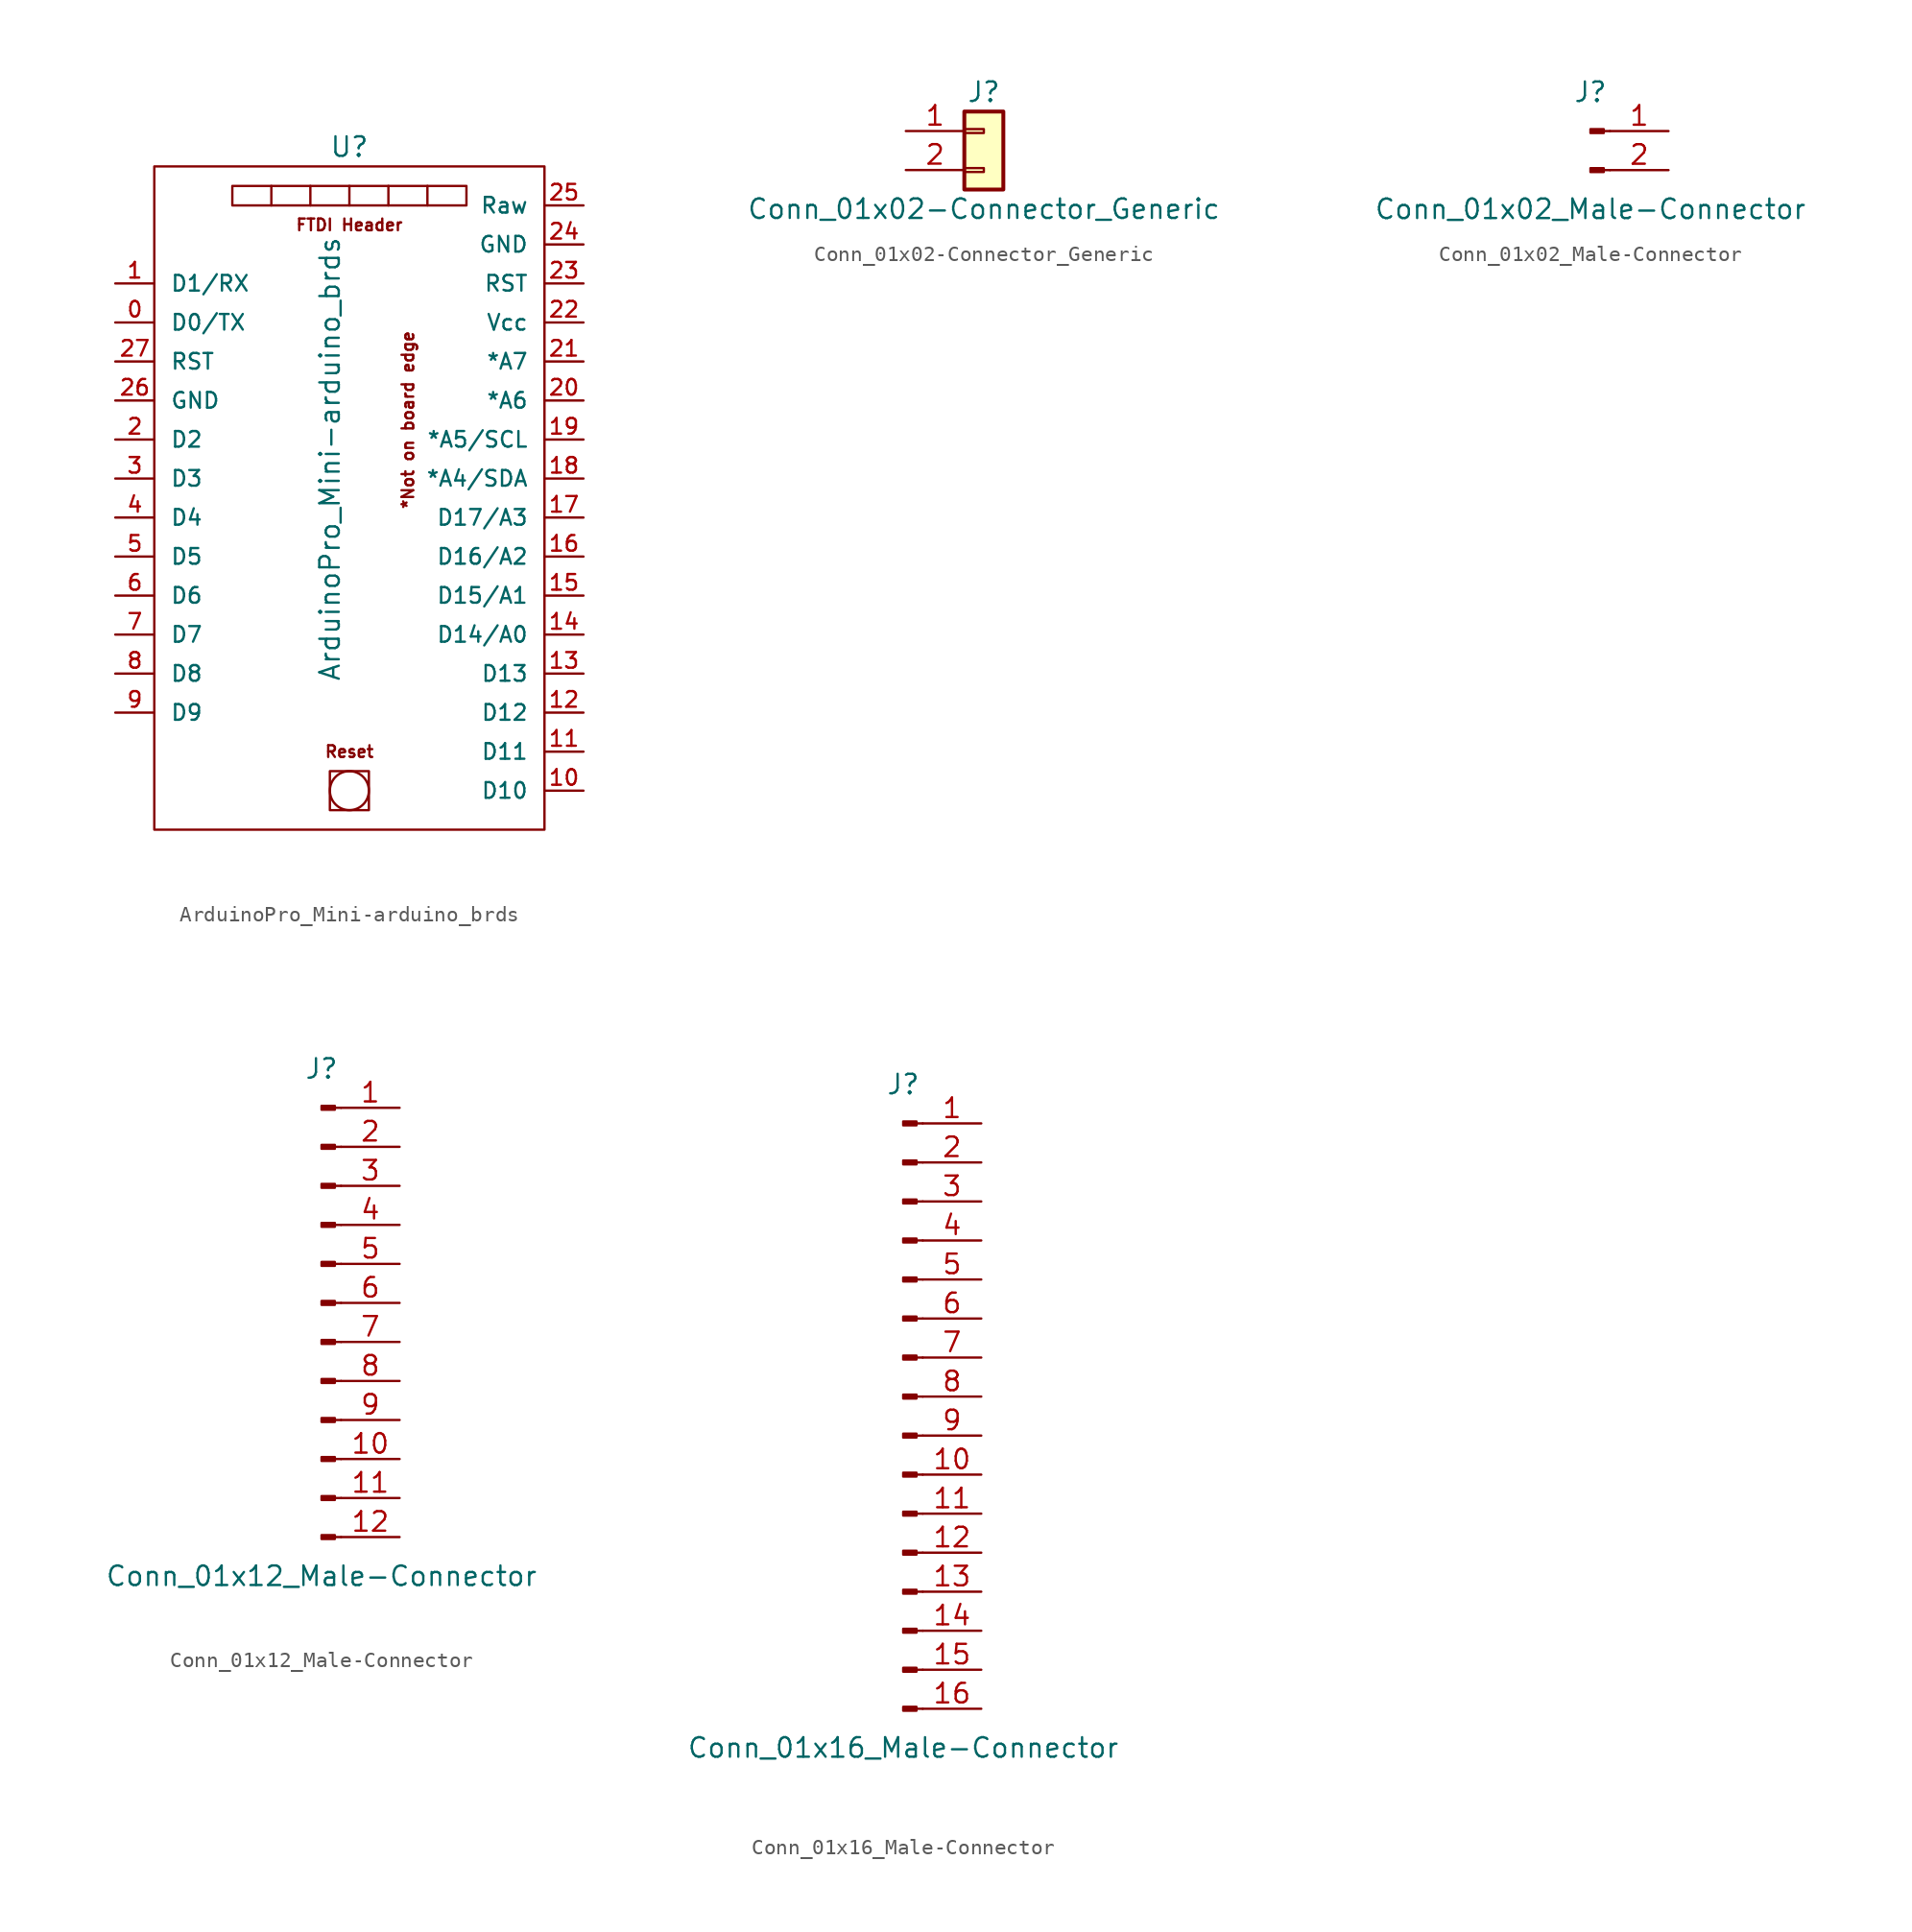
<source format=kicad_sym>
(kicad_symbol_lib
  (version 20211014)
  (generator kicad_symbol_editor)
  (symbol "ArduinoPro_Mini-arduino_brds"
    (pin_names
      (offset 1.016))
    (property "Reference" "U"
      (at 0 15.24 0)
      (effects (font (size 1.27 1.27))))
    (property "Value" "ArduinoPro_Mini-arduino_brds"
      (at -1.27 -5.08 90)
      (effects (font (size 1.27 1.27))))
    (symbol "ArduinoPro_Mini-arduino_brds_0_0"
      (rectangle (start -7.62 12.7) (end 7.62 11.43) (stroke (width 0) (type default) (color 0 0 0 0)) (fill (type none)))
      (rectangle (start -5.08 12.7) (end -5.08 11.43) (stroke (width 0) (type default) (color 0 0 0 0)) (fill (type none)))
      (rectangle (start -2.54 11.43) (end -2.54 12.7) (stroke (width 0) (type default) (color 0 0 0 0)) (fill (type none)))
      (rectangle (start -1.27 -25.4) (end 1.27 -27.94) (stroke (width 0) (type default) (color 0 0 0 0)) (fill (type none)))
      (circle (center 0 -26.67) (radius 1.27) (stroke (width 0) (type default) (color 0 0 0 0)) (fill (type none)))
      (rectangle (start 0 12.7) (end 0 11.43) (stroke (width 0) (type default) (color 0 0 0 0)) (fill (type none)))
      (rectangle (start 2.54 11.43) (end 2.54 12.7) (stroke (width 0) (type default) (color 0 0 0 0)) (fill (type none)))
      (rectangle (start 5.08 12.7) (end 5.08 11.43) (stroke (width 0) (type default) (color 0 0 0 0)) (fill (type none)))
      (text "*Not on board edge" (at 3.81 -2.54 900) (effects (font (size 0.762 0.762))))
      (text "FTDI Header" (at 0 10.16 0) (effects (font (size 0.762 0.762))))
      (text "Reset" (at 0 -24.13 0) (effects (font (size 0.762 0.762)))))
    (symbol "ArduinoPro_Mini-arduino_brds_0_1"
      (rectangle (start -12.7 13.97) (end 12.7 -29.21) (stroke (width 0) (type default) (color 0 0 0 0)) (fill (type none))))
    (symbol "ArduinoPro_Mini-arduino_brds_1_1"
      (pin bidirectional line (at -15.24 3.81 0) (length 2.54) (name "D0/TX" (effects (font (size 1.016 1.016)))) (number "0" (effects (font (size 1.016 1.016)))))
      (pin bidirectional line (at -15.24 6.35 0) (length 2.54) (name "D1/RX" (effects (font (size 1.016 1.016)))) (number "1" (effects (font (size 1.016 1.016)))))
      (pin bidirectional line (at 15.24 -26.67 180) (length 2.54) (name "D10" (effects (font (size 1.016 1.016)))) (number "10" (effects (font (size 1.016 1.016)))))
      (pin bidirectional line (at 15.24 -24.13 180) (length 2.54) (name "D11" (effects (font (size 1.016 1.016)))) (number "11" (effects (font (size 1.016 1.016)))))
      (pin bidirectional line (at 15.24 -21.59 180) (length 2.54) (name "D12" (effects (font (size 1.016 1.016)))) (number "12" (effects (font (size 1.016 1.016)))))
      (pin bidirectional line (at 15.24 -19.05 180) (length 2.54) (name "D13" (effects (font (size 1.016 1.016)))) (number "13" (effects (font (size 1.016 1.016)))))
      (pin bidirectional line (at 15.24 -16.51 180) (length 2.54) (name "D14/A0" (effects (font (size 1.016 1.016)))) (number "14" (effects (font (size 1.016 1.016)))))
      (pin bidirectional line (at 15.24 -13.97 180) (length 2.54) (name "D15/A1" (effects (font (size 1.016 1.016)))) (number "15" (effects (font (size 1.016 1.016)))))
      (pin bidirectional line (at 15.24 -11.43 180) (length 2.54) (name "D16/A2" (effects (font (size 1.016 1.016)))) (number "16" (effects (font (size 1.016 1.016)))))
      (pin bidirectional line (at 15.24 -8.89 180) (length 2.54) (name "D17/A3" (effects (font (size 1.016 1.016)))) (number "17" (effects (font (size 1.016 1.016)))))
      (pin bidirectional line (at 15.24 -6.35 180) (length 2.54) (name "*A4/SDA" (effects (font (size 1.016 1.016)))) (number "18" (effects (font (size 1.016 1.016)))))
      (pin bidirectional line (at 15.24 -3.81 180) (length 2.54) (name "*A5/SCL" (effects (font (size 1.016 1.016)))) (number "19" (effects (font (size 1.016 1.016)))))
      (pin bidirectional line (at -15.24 -3.81 0) (length 2.54) (name "D2" (effects (font (size 1.016 1.016)))) (number "2" (effects (font (size 1.016 1.016)))))
      (pin bidirectional line (at 15.24 -1.27 180) (length 2.54) (name "*A6" (effects (font (size 1.016 1.016)))) (number "20" (effects (font (size 1.016 1.016)))))
      (pin bidirectional line (at 15.24 1.27 180) (length 2.54) (name "*A7" (effects (font (size 1.016 1.016)))) (number "21" (effects (font (size 1.016 1.016)))))
      (pin power_in line (at 15.24 3.81 180) (length 2.54) (name "Vcc" (effects (font (size 1.016 1.016)))) (number "22" (effects (font (size 1.016 1.016)))))
      (pin bidirectional line (at 15.24 6.35 180) (length 2.54) (name "RST" (effects (font (size 1.016 1.016)))) (number "23" (effects (font (size 1.016 1.016)))))
      (pin power_in line (at 15.24 8.89 180) (length 2.54) (name "GND" (effects (font (size 1.016 1.016)))) (number "24" (effects (font (size 1.016 1.016)))))
      (pin power_in line (at 15.24 11.43 180) (length 2.54) (name "Raw" (effects (font (size 1.016 1.016)))) (number "25" (effects (font (size 1.016 1.016)))))
      (pin power_in line (at -15.24 -1.27 0) (length 2.54) (name "GND" (effects (font (size 1.016 1.016)))) (number "26" (effects (font (size 1.016 1.016)))))
      (pin bidirectional line (at -15.24 1.27 0) (length 2.54) (name "RST" (effects (font (size 1.016 1.016)))) (number "27" (effects (font (size 1.016 1.016)))))
      (pin bidirectional line (at -15.24 -6.35 0) (length 2.54) (name "D3" (effects (font (size 1.016 1.016)))) (number "3" (effects (font (size 1.016 1.016)))))
      (pin bidirectional line (at -15.24 -8.89 0) (length 2.54) (name "D4" (effects (font (size 1.016 1.016)))) (number "4" (effects (font (size 1.016 1.016)))))
      (pin bidirectional line (at -15.24 -11.43 0) (length 2.54) (name "D5" (effects (font (size 1.016 1.016)))) (number "5" (effects (font (size 1.016 1.016)))))
      (pin bidirectional line (at -15.24 -13.97 0) (length 2.54) (name "D6" (effects (font (size 1.016 1.016)))) (number "6" (effects (font (size 1.016 1.016)))))
      (pin bidirectional line (at -15.24 -16.51 0) (length 2.54) (name "D7" (effects (font (size 1.016 1.016)))) (number "7" (effects (font (size 1.016 1.016)))))
      (pin bidirectional line (at -15.24 -19.05 0) (length 2.54) (name "D8" (effects (font (size 1.016 1.016)))) (number "8" (effects (font (size 1.016 1.016)))))
      (pin bidirectional line (at -15.24 -21.59 0) (length 2.54) (name "D9" (effects (font (size 1.016 1.016)))) (number "9" (effects (font (size 1.016 1.016)))))))
  (symbol "Conn_01x02-Connector_Generic"
    (pin_names
      (offset 1.016) hide)
    (property "Reference" "J"
      (at 0 2.54 0)
      (effects (font (size 1.27 1.27))))
    (property "Value" "Conn_01x02-Connector_Generic"
      (at 0 -5.08 0)
      (effects (font (size 1.27 1.27))))
    (symbol "Conn_01x02-Connector_Generic_1_1"
      (rectangle (start -1.27 -2.413) (end 0 -2.667) (stroke (width 0.152) (type default) (color 0 0 0 0)) (fill (type none)))
      (rectangle (start -1.27 0.127) (end 0 -0.127) (stroke (width 0.152) (type default) (color 0 0 0 0)) (fill (type none)))
      (rectangle (start -1.27 1.27) (end 1.27 -3.81) (stroke (width 0.254) (type default) (color 0 0 0 0)) (fill (type background)))
      (pin passive line (at -5.08 0 0) (length 3.81) (name "Pin_1" (effects (font (size 1.27 1.27)))) (number "1" (effects (font (size 1.27 1.27)))))
      (pin passive line (at -5.08 -2.54 0) (length 3.81) (name "Pin_2" (effects (font (size 1.27 1.27)))) (number "2" (effects (font (size 1.27 1.27)))))))
  (symbol "Conn_01x02_Male-Connector"
    (pin_names
      (offset 1.016) hide)
    (property "Reference" "J"
      (at 0 2.54 0)
      (effects (font (size 1.27 1.27))))
    (property "Value" "Conn_01x02_Male-Connector"
      (at 0 -5.08 0)
      (effects (font (size 1.27 1.27))))
    (symbol "Conn_01x02_Male-Connector_1_1"
      (polyline (pts (xy 1.27 -2.54) (xy 0.864 -2.54)) (stroke (width 0.152) (type default) (color 0 0 0 0)) (fill (type none)))
      (polyline (pts (xy 1.27 0) (xy 0.864 0)) (stroke (width 0.152) (type default) (color 0 0 0 0)) (fill (type none)))
      (rectangle (start 0.864 -2.413) (end 0 -2.667) (stroke (width 0.152) (type default) (color 0 0 0 0)) (fill (type outline)))
      (rectangle (start 0.864 0.127) (end 0 -0.127) (stroke (width 0.152) (type default) (color 0 0 0 0)) (fill (type outline)))
      (pin passive line (at 5.08 0 180) (length 3.81) (name "Pin_1" (effects (font (size 1.27 1.27)))) (number "1" (effects (font (size 1.27 1.27)))))
      (pin passive line (at 5.08 -2.54 180) (length 3.81) (name "Pin_2" (effects (font (size 1.27 1.27)))) (number "2" (effects (font (size 1.27 1.27)))))))
  (symbol "Conn_01x12_Male-Connector"
    (pin_names
      (offset 1.016) hide)
    (property "Reference" "J"
      (at 0 15.24 0)
      (effects (font (size 1.27 1.27))))
    (property "Value" "Conn_01x12_Male-Connector"
      (at 0 -17.78 0)
      (effects (font (size 1.27 1.27))))
    (symbol "Conn_01x12_Male-Connector_1_1"
      (polyline (pts (xy 1.27 -15.24) (xy 0.864 -15.24)) (stroke (width 0.152) (type default) (color 0 0 0 0)) (fill (type none)))
      (polyline (pts (xy 1.27 -12.7) (xy 0.864 -12.7)) (stroke (width 0.152) (type default) (color 0 0 0 0)) (fill (type none)))
      (polyline (pts (xy 1.27 -10.16) (xy 0.864 -10.16)) (stroke (width 0.152) (type default) (color 0 0 0 0)) (fill (type none)))
      (polyline (pts (xy 1.27 -7.62) (xy 0.864 -7.62)) (stroke (width 0.152) (type default) (color 0 0 0 0)) (fill (type none)))
      (polyline (pts (xy 1.27 -5.08) (xy 0.864 -5.08)) (stroke (width 0.152) (type default) (color 0 0 0 0)) (fill (type none)))
      (polyline (pts (xy 1.27 -2.54) (xy 0.864 -2.54)) (stroke (width 0.152) (type default) (color 0 0 0 0)) (fill (type none)))
      (polyline (pts (xy 1.27 0) (xy 0.864 0)) (stroke (width 0.152) (type default) (color 0 0 0 0)) (fill (type none)))
      (polyline (pts (xy 1.27 2.54) (xy 0.864 2.54)) (stroke (width 0.152) (type default) (color 0 0 0 0)) (fill (type none)))
      (polyline (pts (xy 1.27 5.08) (xy 0.864 5.08)) (stroke (width 0.152) (type default) (color 0 0 0 0)) (fill (type none)))
      (polyline (pts (xy 1.27 7.62) (xy 0.864 7.62)) (stroke (width 0.152) (type default) (color 0 0 0 0)) (fill (type none)))
      (polyline (pts (xy 1.27 10.16) (xy 0.864 10.16)) (stroke (width 0.152) (type default) (color 0 0 0 0)) (fill (type none)))
      (polyline (pts (xy 1.27 12.7) (xy 0.864 12.7)) (stroke (width 0.152) (type default) (color 0 0 0 0)) (fill (type none)))
      (rectangle (start 0.864 -15.113) (end 0 -15.367) (stroke (width 0.152) (type default) (color 0 0 0 0)) (fill (type outline)))
      (rectangle (start 0.864 -12.573) (end 0 -12.827) (stroke (width 0.152) (type default) (color 0 0 0 0)) (fill (type outline)))
      (rectangle (start 0.864 -10.033) (end 0 -10.287) (stroke (width 0.152) (type default) (color 0 0 0 0)) (fill (type outline)))
      (rectangle (start 0.864 -7.493) (end 0 -7.747) (stroke (width 0.152) (type default) (color 0 0 0 0)) (fill (type outline)))
      (rectangle (start 0.864 -4.953) (end 0 -5.207) (stroke (width 0.152) (type default) (color 0 0 0 0)) (fill (type outline)))
      (rectangle (start 0.864 -2.413) (end 0 -2.667) (stroke (width 0.152) (type default) (color 0 0 0 0)) (fill (type outline)))
      (rectangle (start 0.864 0.127) (end 0 -0.127) (stroke (width 0.152) (type default) (color 0 0 0 0)) (fill (type outline)))
      (rectangle (start 0.864 2.667) (end 0 2.413) (stroke (width 0.152) (type default) (color 0 0 0 0)) (fill (type outline)))
      (rectangle (start 0.864 5.207) (end 0 4.953) (stroke (width 0.152) (type default) (color 0 0 0 0)) (fill (type outline)))
      (rectangle (start 0.864 7.747) (end 0 7.493) (stroke (width 0.152) (type default) (color 0 0 0 0)) (fill (type outline)))
      (rectangle (start 0.864 10.287) (end 0 10.033) (stroke (width 0.152) (type default) (color 0 0 0 0)) (fill (type outline)))
      (rectangle (start 0.864 12.827) (end 0 12.573) (stroke (width 0.152) (type default) (color 0 0 0 0)) (fill (type outline)))
      (pin passive line (at 5.08 12.7 180) (length 3.81) (name "Pin_1" (effects (font (size 1.27 1.27)))) (number "1" (effects (font (size 1.27 1.27)))))
      (pin passive line (at 5.08 -10.16 180) (length 3.81) (name "Pin_10" (effects (font (size 1.27 1.27)))) (number "10" (effects (font (size 1.27 1.27)))))
      (pin passive line (at 5.08 -12.7 180) (length 3.81) (name "Pin_11" (effects (font (size 1.27 1.27)))) (number "11" (effects (font (size 1.27 1.27)))))
      (pin passive line (at 5.08 -15.24 180) (length 3.81) (name "Pin_12" (effects (font (size 1.27 1.27)))) (number "12" (effects (font (size 1.27 1.27)))))
      (pin passive line (at 5.08 10.16 180) (length 3.81) (name "Pin_2" (effects (font (size 1.27 1.27)))) (number "2" (effects (font (size 1.27 1.27)))))
      (pin passive line (at 5.08 7.62 180) (length 3.81) (name "Pin_3" (effects (font (size 1.27 1.27)))) (number "3" (effects (font (size 1.27 1.27)))))
      (pin passive line (at 5.08 5.08 180) (length 3.81) (name "Pin_4" (effects (font (size 1.27 1.27)))) (number "4" (effects (font (size 1.27 1.27)))))
      (pin passive line (at 5.08 2.54 180) (length 3.81) (name "Pin_5" (effects (font (size 1.27 1.27)))) (number "5" (effects (font (size 1.27 1.27)))))
      (pin passive line (at 5.08 0 180) (length 3.81) (name "Pin_6" (effects (font (size 1.27 1.27)))) (number "6" (effects (font (size 1.27 1.27)))))
      (pin passive line (at 5.08 -2.54 180) (length 3.81) (name "Pin_7" (effects (font (size 1.27 1.27)))) (number "7" (effects (font (size 1.27 1.27)))))
      (pin passive line (at 5.08 -5.08 180) (length 3.81) (name "Pin_8" (effects (font (size 1.27 1.27)))) (number "8" (effects (font (size 1.27 1.27)))))
      (pin passive line (at 5.08 -7.62 180) (length 3.81) (name "Pin_9" (effects (font (size 1.27 1.27)))) (number "9" (effects (font (size 1.27 1.27)))))))
  (symbol "Conn_01x16_Male-Connector"
    (pin_names
      (offset 1.016) hide)
    (property "Reference" "J"
      (at 0 20.32 0)
      (effects (font (size 1.27 1.27))))
    (property "Value" "Conn_01x16_Male-Connector"
      (at 0 -22.86 0)
      (effects (font (size 1.27 1.27))))
    (symbol "Conn_01x16_Male-Connector_1_1"
      (polyline (pts (xy 1.27 -20.32) (xy 0.864 -20.32)) (stroke (width 0.152) (type default) (color 0 0 0 0)) (fill (type none)))
      (polyline (pts (xy 1.27 -17.78) (xy 0.864 -17.78)) (stroke (width 0.152) (type default) (color 0 0 0 0)) (fill (type none)))
      (polyline (pts (xy 1.27 -15.24) (xy 0.864 -15.24)) (stroke (width 0.152) (type default) (color 0 0 0 0)) (fill (type none)))
      (polyline (pts (xy 1.27 -12.7) (xy 0.864 -12.7)) (stroke (width 0.152) (type default) (color 0 0 0 0)) (fill (type none)))
      (polyline (pts (xy 1.27 -10.16) (xy 0.864 -10.16)) (stroke (width 0.152) (type default) (color 0 0 0 0)) (fill (type none)))
      (polyline (pts (xy 1.27 -7.62) (xy 0.864 -7.62)) (stroke (width 0.152) (type default) (color 0 0 0 0)) (fill (type none)))
      (polyline (pts (xy 1.27 -5.08) (xy 0.864 -5.08)) (stroke (width 0.152) (type default) (color 0 0 0 0)) (fill (type none)))
      (polyline (pts (xy 1.27 -2.54) (xy 0.864 -2.54)) (stroke (width 0.152) (type default) (color 0 0 0 0)) (fill (type none)))
      (polyline (pts (xy 1.27 0) (xy 0.864 0)) (stroke (width 0.152) (type default) (color 0 0 0 0)) (fill (type none)))
      (polyline (pts (xy 1.27 2.54) (xy 0.864 2.54)) (stroke (width 0.152) (type default) (color 0 0 0 0)) (fill (type none)))
      (polyline (pts (xy 1.27 5.08) (xy 0.864 5.08)) (stroke (width 0.152) (type default) (color 0 0 0 0)) (fill (type none)))
      (polyline (pts (xy 1.27 7.62) (xy 0.864 7.62)) (stroke (width 0.152) (type default) (color 0 0 0 0)) (fill (type none)))
      (polyline (pts (xy 1.27 10.16) (xy 0.864 10.16)) (stroke (width 0.152) (type default) (color 0 0 0 0)) (fill (type none)))
      (polyline (pts (xy 1.27 12.7) (xy 0.864 12.7)) (stroke (width 0.152) (type default) (color 0 0 0 0)) (fill (type none)))
      (polyline (pts (xy 1.27 15.24) (xy 0.864 15.24)) (stroke (width 0.152) (type default) (color 0 0 0 0)) (fill (type none)))
      (polyline (pts (xy 1.27 17.78) (xy 0.864 17.78)) (stroke (width 0.152) (type default) (color 0 0 0 0)) (fill (type none)))
      (rectangle (start 0.864 -20.193) (end 0 -20.447) (stroke (width 0.152) (type default) (color 0 0 0 0)) (fill (type outline)))
      (rectangle (start 0.864 -17.653) (end 0 -17.907) (stroke (width 0.152) (type default) (color 0 0 0 0)) (fill (type outline)))
      (rectangle (start 0.864 -15.113) (end 0 -15.367) (stroke (width 0.152) (type default) (color 0 0 0 0)) (fill (type outline)))
      (rectangle (start 0.864 -12.573) (end 0 -12.827) (stroke (width 0.152) (type default) (color 0 0 0 0)) (fill (type outline)))
      (rectangle (start 0.864 -10.033) (end 0 -10.287) (stroke (width 0.152) (type default) (color 0 0 0 0)) (fill (type outline)))
      (rectangle (start 0.864 -7.493) (end 0 -7.747) (stroke (width 0.152) (type default) (color 0 0 0 0)) (fill (type outline)))
      (rectangle (start 0.864 -4.953) (end 0 -5.207) (stroke (width 0.152) (type default) (color 0 0 0 0)) (fill (type outline)))
      (rectangle (start 0.864 -2.413) (end 0 -2.667) (stroke (width 0.152) (type default) (color 0 0 0 0)) (fill (type outline)))
      (rectangle (start 0.864 0.127) (end 0 -0.127) (stroke (width 0.152) (type default) (color 0 0 0 0)) (fill (type outline)))
      (rectangle (start 0.864 2.667) (end 0 2.413) (stroke (width 0.152) (type default) (color 0 0 0 0)) (fill (type outline)))
      (rectangle (start 0.864 5.207) (end 0 4.953) (stroke (width 0.152) (type default) (color 0 0 0 0)) (fill (type outline)))
      (rectangle (start 0.864 7.747) (end 0 7.493) (stroke (width 0.152) (type default) (color 0 0 0 0)) (fill (type outline)))
      (rectangle (start 0.864 10.287) (end 0 10.033) (stroke (width 0.152) (type default) (color 0 0 0 0)) (fill (type outline)))
      (rectangle (start 0.864 12.827) (end 0 12.573) (stroke (width 0.152) (type default) (color 0 0 0 0)) (fill (type outline)))
      (rectangle (start 0.864 15.367) (end 0 15.113) (stroke (width 0.152) (type default) (color 0 0 0 0)) (fill (type outline)))
      (rectangle (start 0.864 17.907) (end 0 17.653) (stroke (width 0.152) (type default) (color 0 0 0 0)) (fill (type outline)))
      (pin passive line (at 5.08 17.78 180) (length 3.81) (name "Pin_1" (effects (font (size 1.27 1.27)))) (number "1" (effects (font (size 1.27 1.27)))))
      (pin passive line (at 5.08 -5.08 180) (length 3.81) (name "Pin_10" (effects (font (size 1.27 1.27)))) (number "10" (effects (font (size 1.27 1.27)))))
      (pin passive line (at 5.08 -7.62 180) (length 3.81) (name "Pin_11" (effects (font (size 1.27 1.27)))) (number "11" (effects (font (size 1.27 1.27)))))
      (pin passive line (at 5.08 -10.16 180) (length 3.81) (name "Pin_12" (effects (font (size 1.27 1.27)))) (number "12" (effects (font (size 1.27 1.27)))))
      (pin passive line (at 5.08 -12.7 180) (length 3.81) (name "Pin_13" (effects (font (size 1.27 1.27)))) (number "13" (effects (font (size 1.27 1.27)))))
      (pin passive line (at 5.08 -15.24 180) (length 3.81) (name "Pin_14" (effects (font (size 1.27 1.27)))) (number "14" (effects (font (size 1.27 1.27)))))
      (pin passive line (at 5.08 -17.78 180) (length 3.81) (name "Pin_15" (effects (font (size 1.27 1.27)))) (number "15" (effects (font (size 1.27 1.27)))))
      (pin passive line (at 5.08 -20.32 180) (length 3.81) (name "Pin_16" (effects (font (size 1.27 1.27)))) (number "16" (effects (font (size 1.27 1.27)))))
      (pin passive line (at 5.08 15.24 180) (length 3.81) (name "Pin_2" (effects (font (size 1.27 1.27)))) (number "2" (effects (font (size 1.27 1.27)))))
      (pin passive line (at 5.08 12.7 180) (length 3.81) (name "Pin_3" (effects (font (size 1.27 1.27)))) (number "3" (effects (font (size 1.27 1.27)))))
      (pin passive line (at 5.08 10.16 180) (length 3.81) (name "Pin_4" (effects (font (size 1.27 1.27)))) (number "4" (effects (font (size 1.27 1.27)))))
      (pin passive line (at 5.08 7.62 180) (length 3.81) (name "Pin_5" (effects (font (size 1.27 1.27)))) (number "5" (effects (font (size 1.27 1.27)))))
      (pin passive line (at 5.08 5.08 180) (length 3.81) (name "Pin_6" (effects (font (size 1.27 1.27)))) (number "6" (effects (font (size 1.27 1.27)))))
      (pin passive line (at 5.08 2.54 180) (length 3.81) (name "Pin_7" (effects (font (size 1.27 1.27)))) (number "7" (effects (font (size 1.27 1.27)))))
      (pin passive line (at 5.08 0 180) (length 3.81) (name "Pin_8" (effects (font (size 1.27 1.27)))) (number "8" (effects (font (size 1.27 1.27)))))
      (pin passive line (at 5.08 -2.54 180) (length 3.81) (name "Pin_9" (effects (font (size 1.27 1.27)))) (number "9" (effects (font (size 1.27 1.27))))))))
</source>
